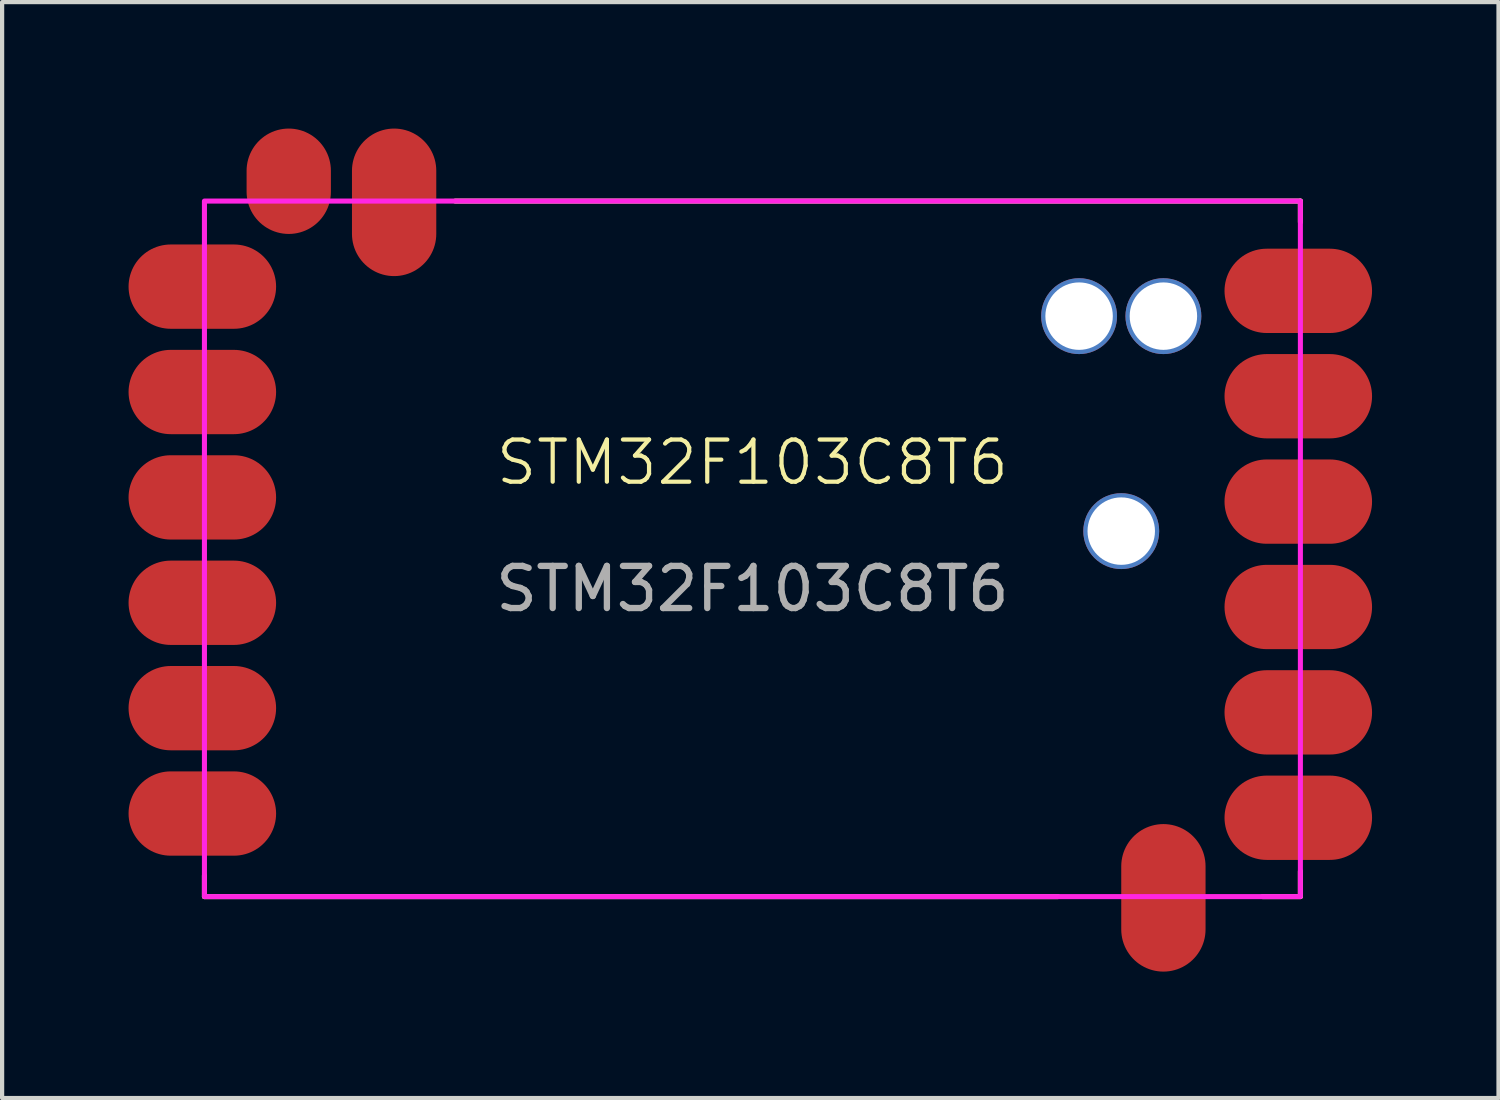
<source format=kicad_pcb>
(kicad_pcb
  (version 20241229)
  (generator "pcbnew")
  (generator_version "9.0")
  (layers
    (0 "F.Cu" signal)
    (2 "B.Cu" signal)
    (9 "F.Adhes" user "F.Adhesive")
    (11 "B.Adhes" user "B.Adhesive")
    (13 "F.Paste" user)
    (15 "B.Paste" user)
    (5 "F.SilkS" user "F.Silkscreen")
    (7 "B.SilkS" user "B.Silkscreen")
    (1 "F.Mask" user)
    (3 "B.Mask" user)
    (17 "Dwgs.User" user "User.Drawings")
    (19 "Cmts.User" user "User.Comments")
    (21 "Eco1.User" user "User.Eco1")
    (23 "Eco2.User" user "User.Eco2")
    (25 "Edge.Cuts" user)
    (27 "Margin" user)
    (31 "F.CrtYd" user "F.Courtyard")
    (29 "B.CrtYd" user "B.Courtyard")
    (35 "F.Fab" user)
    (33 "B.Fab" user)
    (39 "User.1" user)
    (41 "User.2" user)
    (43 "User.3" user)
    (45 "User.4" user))
  (footprint "STM32F103C8T6"
    (layer "F.Cu")
    (at 1.8 18.22)
    (property "Reference" "STM32F103C8T6" (at 13 -10.3 0) (unlocked yes) (layer "F.SilkS") (effects (font (size 1 1) (thickness 0.1))))
    (attr smd)
    (fp_line (start 0 0) (end 0 -0.5) (stroke (width 0.12) (type default)) (layer "F.SilkS"))
    (fp_line (start 0 0) (end 20.25 0) (stroke (width 0.12) (type default)) (layer "F.SilkS"))
    (fp_line (start 25.1 0) (end 26 0) (stroke (width 0.12) (type default)) (layer "F.SilkS"))
    (fp_line (start 26 -16.5) (end 5.95 -16.5) (stroke (width 0.12) (type default)) (layer "F.SilkS"))
    (fp_line (start 26 -16) (end 26 -16.5) (stroke (width 0.12) (type default)) (layer "F.SilkS"))
    (fp_line (start 26 0) (end 26 -0.6) (stroke (width 0.12) (type default)) (layer "F.SilkS"))
    (fp_rect (start 0 -16.5) (end 26 0) (stroke (width 0.12) (type default)) (fill no) (layer "F.CrtYd"))
    (fp_text user "${REFERENCE}" (at 13 -7.3 0) (unlocked yes) (layer "F.Fab") (effects (font (size 1 1) (thickness 0.15))))
    (pad "1" smd oval (at 25.95 -14.37 270) (size 2 3.5) (layers "F.Cu" "F.Mask" "F.Paste"))
    (pad "2" smd oval (at 25.95 -11.87 270) (size 2 3.5) (layers "F.Cu" "F.Mask" "F.Paste"))
    (pad "3" smd oval (at 25.95 -9.37 270) (size 2 3.5) (layers "F.Cu" "F.Mask" "F.Paste"))
    (pad "4" smd oval (at 25.95 -6.87 270) (size 2 3.5) (layers "F.Cu" "F.Mask" "F.Paste"))
    (pad "5" smd oval (at 25.95 -4.37 270) (size 2 3.5) (layers "F.Cu" "F.Mask" "F.Paste"))
    (pad "6" smd oval (at 25.95 -1.87 270) (size 2 3.5) (layers "F.Cu" "F.Mask" "F.Paste"))
    (pad "7" smd oval (at -0.05 -14.47 270) (size 2 3.5) (layers "F.Cu" "F.Mask" "F.Paste"))
    (pad "8" smd oval (at -0.05 -11.97 270) (size 2 3.5) (layers "F.Cu" "F.Mask" "F.Paste"))
    (pad "9" smd oval (at -0.05 -9.47 270) (size 2 3.5) (layers "F.Cu" "F.Mask" "F.Paste"))
    (pad "10" smd oval (at -0.05 -6.97 270) (size 2 3.5) (layers "F.Cu" "F.Mask" "F.Paste"))
    (pad "11" smd oval (at -0.05 -4.47 270) (size 2 3.5) (layers "F.Cu" "F.Mask" "F.Paste"))
    (pad "12" smd oval (at -0.05 -1.97 270) (size 2 3.5) (layers "F.Cu" "F.Mask" "F.Paste"))
    (pad "13" smd oval (at 4.5 -16.47 270) (size 3.5 2) (layers "F.Cu" "F.Mask" "F.Paste"))
    (pad "14" smd oval (at 2 -16.97 270) (size 2.5 2) (layers "F.Cu" "F.Mask" "F.Paste"))
    (pad "14" smd oval (at 22.75 0.03 270) (size 3.5 2) (layers "F.Cu" "F.Mask" "F.Paste"))
    (pad "NC" thru_hole circle (at 20.75 -13.77 270) (size 1.8 1.8) (drill 1.6) (layers "*.Cu" "*.Mask"))
    (pad "NC" thru_hole circle (at 21.75 -8.67 270) (size 1.8 1.8) (drill 1.6) (layers "*.Cu" "*.Mask"))
    (pad "NC" thru_hole circle (at 22.75 -13.77 270) (size 1.8 1.8) (drill 1.6) (layers "*.Cu" "*.Mask")))
  (gr_rect
    (start -3 -3)
    (end 32.5 23)
    (stroke (width 0.1) (type default))
    (fill no)
    (layer "Edge.Cuts")))
</source>
